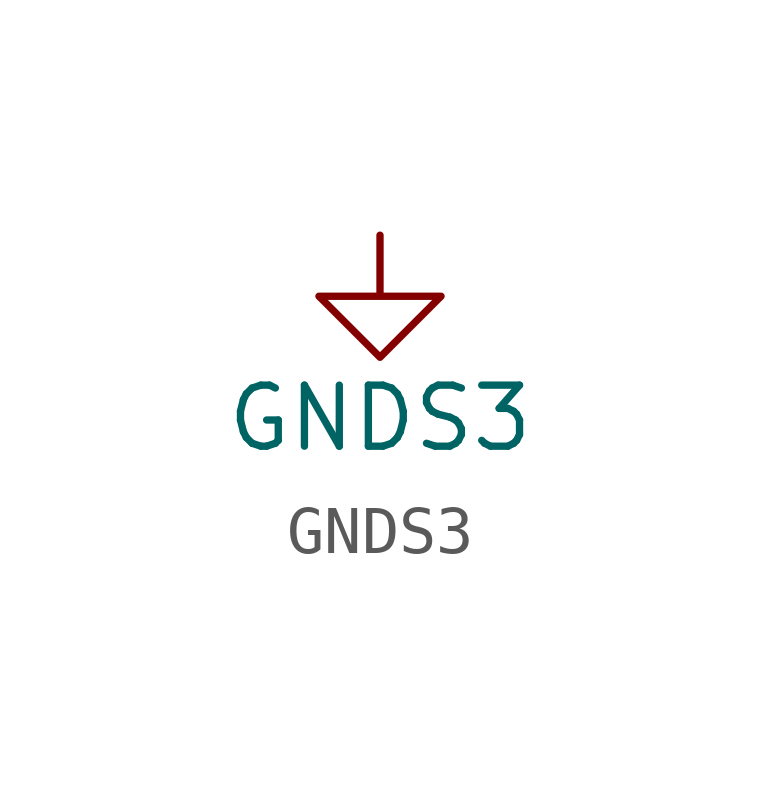
<source format=kicad_sym>
(kicad_symbol_lib
  (version 20220914)
  (generator kicad_symbol_editor)
  (symbol "GNDS3"
    (power)
    (pin_names
      (offset 0))
    (property "Reference" "#PWR"
      (at 0 -6.35 0)
      (effects (font (size 1.27 1.27)) hide))
    (property "Value" "GNDS3"
      (at 0 -3.81 0)
      (effects (font (size 1.27 1.27))))
    (symbol "GNDS3_0_1"
      (polyline (pts (xy 0 0) (xy 0 -1.27) (xy 1.27 -1.27) (xy 0 -2.54) (xy -1.27 -1.27) (xy 0 -1.27)) (stroke (width 0) (type default)) (fill (type none))))
    (symbol "GNDS3_1_1"
      (pin power_in line (at 0 0 270) (length 0) hide (name "GNDS3" (effects (font (size 1.27 1.27)))) (number "1" (effects (font (size 1.27 1.27))))))))
</source>
